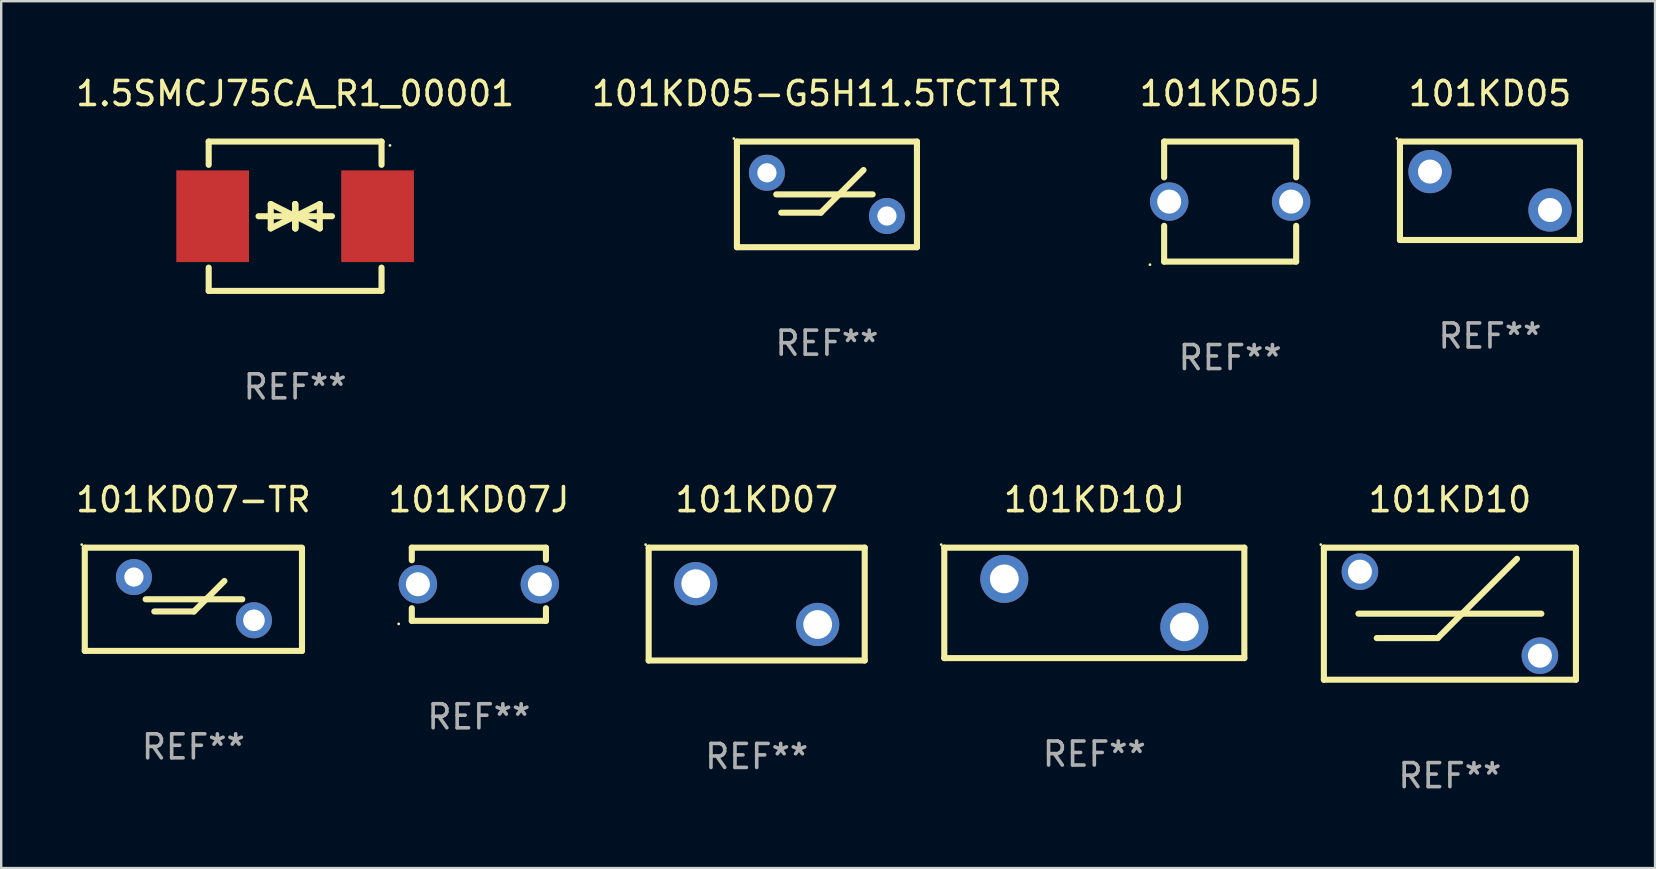
<source format=kicad_pcb>
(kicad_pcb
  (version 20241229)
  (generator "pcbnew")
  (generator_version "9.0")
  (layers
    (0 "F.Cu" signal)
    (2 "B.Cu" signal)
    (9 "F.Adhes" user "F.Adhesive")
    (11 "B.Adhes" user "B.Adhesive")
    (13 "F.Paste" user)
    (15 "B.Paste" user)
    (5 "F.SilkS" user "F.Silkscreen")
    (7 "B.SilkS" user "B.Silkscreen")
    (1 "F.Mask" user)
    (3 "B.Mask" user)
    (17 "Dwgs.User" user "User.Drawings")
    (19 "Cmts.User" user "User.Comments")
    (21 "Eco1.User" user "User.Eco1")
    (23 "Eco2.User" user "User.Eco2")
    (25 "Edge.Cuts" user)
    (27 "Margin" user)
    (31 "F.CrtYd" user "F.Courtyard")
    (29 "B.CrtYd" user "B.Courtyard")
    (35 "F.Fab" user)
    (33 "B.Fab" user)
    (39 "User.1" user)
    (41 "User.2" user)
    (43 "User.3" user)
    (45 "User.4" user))
  (footprint "101KD05J"
    (layer "F.Cu")
    (at 48.196 5.348)
    (property "Reference" "101KD05J" (at 0 -4.5 0) (layer "F.SilkS") (effects (font (size 1 1) (thickness 0.15))))
    (attr through_hole)
    (fp_line (start -2.75 -2.5) (end -2.75 -1.009) (stroke (width 0.254) (type solid)) (layer "F.SilkS"))
    (fp_line (start -2.75 -2.5) (end 2.75 -2.5) (stroke (width 0.254) (type solid)) (layer "F.SilkS"))
    (fp_line (start -2.75 1.009) (end -2.75 2.5) (stroke (width 0.254) (type solid)) (layer "F.SilkS"))
    (fp_line (start -2.75 2.5) (end 2.75 2.5) (stroke (width 0.254) (type solid)) (layer "F.SilkS"))
    (fp_line (start 2.75 -2.5) (end 2.75 -1.009) (stroke (width 0.254) (type solid)) (layer "F.SilkS"))
    (fp_line (start 2.75 1.009) (end 2.75 2.5) (stroke (width 0.254) (type solid)) (layer "F.SilkS"))
    (fp_circle (center -3.34 2.627) (end -3.31 2.627) (stroke (width 0.06) (type solid)) (fill no) (layer "F.SilkS"))
    (fp_text user "REF**" (at 0 6.5 0) (layer "F.Fab") (effects (font (size 1 1) (thickness 0.15))))
    (pad "1" thru_hole circle (at -2.54 0) (size 1.6 1.6) (drill 1) (layers "*.Cu" "*.Mask"))
    (pad "2" thru_hole circle (at 2.54 0) (size 1.6 1.6) (drill 1) (layers "*.Cu" "*.Mask")))
  (footprint "101KD05-G5H11.5TCT1TR"
    (layer "F.Cu")
    (at 31.399 5.048)
    (property "Reference" "101KD05-G5H11.5TCT1TR" (at 0 -4.2 0) (layer "F.SilkS") (effects (font (size 1 1) (thickness 0.15))))
    (attr through_hole)
    (fp_line (start -3.75 -2.2) (end 3.75 -2.2) (stroke (width 0.254) (type solid)) (layer "F.SilkS"))
    (fp_line (start -3.75 2.2) (end -3.75 -2.2) (stroke (width 0.254) (type solid)) (layer "F.SilkS"))
    (fp_line (start -2.113 0) (end 1.905 0) (stroke (width 0.254) (type solid)) (layer "F.SilkS"))
    (fp_line (start -1.905 0.762) (end -0.254 0.762) (stroke (width 0.254) (type solid)) (layer "F.SilkS"))
    (fp_line (start -0.254 0.762) (end 1.524 -1.016) (stroke (width 0.254) (type solid)) (layer "F.SilkS"))
    (fp_line (start 3.75 -2.2) (end 3.75 2.2) (stroke (width 0.254) (type solid)) (layer "F.SilkS"))
    (fp_line (start 3.75 2.2) (end -3.75 2.2) (stroke (width 0.254) (type solid)) (layer "F.SilkS"))
    (fp_circle (center -3.877 -2.327) (end -3.847 -2.327) (stroke (width 0.06) (type solid)) (fill no) (layer "F.SilkS"))
    (fp_text user "REF**" (at 0 6.2 0) (layer "F.Fab") (effects (font (size 1 1) (thickness 0.15))))
    (pad "1" thru_hole circle (at -2.5 -0.9) (size 1.5 1.5) (drill 0.8) (layers "*.Cu" "*.Mask"))
    (pad "2" thru_hole circle (at 2.5 0.9) (size 1.5 1.5) (drill 0.8) (layers "*.Cu" "*.Mask")))
  (footprint "1.5SMCJ75CA_R1_00001"
    (layer "F.Cu")
    (at 9.244 5.958)
    (property "Reference" "1.5SMCJ75CA_R1_00001" (at 0 -5.11 0) (layer "F.SilkS") (effects (font (size 1 1) (thickness 0.15))))
    (attr through_hole)
    (fp_line (start -3.6 -2.141) (end -3.6 -3.11) (stroke (width 0.254) (type solid)) (layer "F.SilkS"))
    (fp_line (start -3.6 3.11) (end -3.6 2.141) (stroke (width 0.254) (type solid)) (layer "F.SilkS"))
    (fp_line (start -1.524 0) (end 0.508 0) (stroke (width 0.254) (type solid)) (layer "F.SilkS"))
    (fp_line (start -1.016 -0.508) (end -1.016 0.508) (stroke (width 0.254) (type solid)) (layer "F.SilkS"))
    (fp_line (start -1.016 0.508) (end 0 0) (stroke (width 0.254) (type solid)) (layer "F.SilkS"))
    (fp_line (start 0 -0.508) (end 0 0.508) (stroke (width 0.254) (type solid)) (layer "F.SilkS"))
    (fp_line (start 0 0) (end -1.016 -0.508) (stroke (width 0.254) (type solid)) (layer "F.SilkS"))
    (fp_line (start 0 0) (end 0 -0.508) (stroke (width 0.254) (type solid)) (layer "F.SilkS"))
    (fp_line (start 0.012 0) (end 0.012 0.508) (stroke (width 0.254) (type solid)) (layer "F.SilkS"))
    (fp_line (start 0.012 0) (end 1.028 0.508) (stroke (width 0.254) (type solid)) (layer "F.SilkS"))
    (fp_line (start 0.012 0.508) (end 0.012 -0.508) (stroke (width 0.254) (type solid)) (layer "F.SilkS"))
    (fp_line (start 1.028 -0.508) (end 0.012 0) (stroke (width 0.254) (type solid)) (layer "F.SilkS"))
    (fp_line (start 1.028 0.508) (end 1.028 -0.508) (stroke (width 0.254) (type solid)) (layer "F.SilkS"))
    (fp_line (start 1.536 0) (end -0.496 0) (stroke (width 0.254) (type solid)) (layer "F.SilkS"))
    (fp_line (start 3.6 -3.11) (end -3.6 -3.11) (stroke (width 0.254) (type solid)) (layer "F.SilkS"))
    (fp_line (start 3.6 -2.141) (end 3.6 -3.11) (stroke (width 0.254) (type solid)) (layer "F.SilkS"))
    (fp_line (start 3.6 3.11) (end -3.6 3.11) (stroke (width 0.254) (type solid)) (layer "F.SilkS"))
    (fp_line (start 3.6 3.11) (end 3.6 2.141) (stroke (width 0.254) (type solid)) (layer "F.SilkS"))
    (fp_circle (center 3.952 -2.95) (end 3.982 -2.95) (stroke (width 0.06) (type solid)) (fill no) (layer "F.SilkS"))
    (fp_text user "REF**" (at 0 7.11 0) (layer "F.Fab") (effects (font (size 1 1) (thickness 0.15))))
    (pad "1" smd rect (at 3.435 0) (size 3.03 3.82) (layers "F.Cu" "F.Mask" "F.Paste"))
    (pad "2" smd rect (at -3.435 0) (size 3.03 3.82) (layers "F.Cu" "F.Mask" "F.Paste")))
  (footprint "101KD07"
    (layer "F.Cu")
    (at 28.473 22.115)
    (property "Reference" "101KD07" (at 0 -4.35 0) (layer "F.SilkS") (effects (font (size 1 1) (thickness 0.15))))
    (attr through_hole)
    (fp_line (start -4.5 -2.35) (end 4.5 -2.35) (stroke (width 0.254) (type solid)) (layer "F.SilkS"))
    (fp_line (start -4.5 2.35) (end -4.5 -2.35) (stroke (width 0.254) (type solid)) (layer "F.SilkS"))
    (fp_line (start 4.5 -2.35) (end 4.5 2.35) (stroke (width 0.254) (type solid)) (layer "F.SilkS"))
    (fp_line (start 4.5 2.35) (end -4.5 2.35) (stroke (width 0.254) (type solid)) (layer "F.SilkS"))
    (fp_circle (center -4.627 -2.477) (end -4.597 -2.477) (stroke (width 0.06) (type solid)) (fill no) (layer "F.SilkS"))
    (fp_text user "REF**" (at 0 6.35 0) (layer "F.Fab") (effects (font (size 1 1) (thickness 0.15))))
    (pad "1" thru_hole circle (at -2.54 -0.85) (size 1.8 1.8) (drill 1.2) (layers "*.Cu" "*.Mask"))
    (pad "2" thru_hole circle (at 2.54 0.85) (size 1.8 1.8) (drill 1.2) (layers "*.Cu" "*.Mask")))
  (footprint "101KD10"
    (layer "F.Cu")
    (at 57.351 22.515)
    (property "Reference" "101KD10" (at 0 -4.75 0) (layer "F.SilkS") (effects (font (size 1 1) (thickness 0.15))))
    (attr through_hole)
    (fp_line (start -5.25 -2.75) (end 5.25 -2.75) (stroke (width 0.254) (type solid)) (layer "F.SilkS"))
    (fp_line (start -5.25 2.75) (end -5.25 -2.75) (stroke (width 0.254) (type solid)) (layer "F.SilkS"))
    (fp_line (start -5.25 2.75) (end 5.25 2.75) (stroke (width 0.254) (type solid)) (layer "F.SilkS"))
    (fp_line (start -3.81 0) (end 3.81 0) (stroke (width 0.254) (type solid)) (layer "F.SilkS"))
    (fp_line (start -3.048 1.016) (end -0.508 1.016) (stroke (width 0.254) (type solid)) (layer "F.SilkS"))
    (fp_line (start -0.508 1.016) (end 2.794 -2.286) (stroke (width 0.254) (type solid)) (layer "F.SilkS"))
    (fp_line (start 5.25 -2.75) (end 5.25 2.75) (stroke (width 0.254) (type solid)) (layer "F.SilkS"))
    (fp_circle (center -5.377 -2.877) (end -5.347 -2.877) (stroke (width 0.06) (type solid)) (fill no) (layer "F.SilkS"))
    (fp_text user "REF**" (at 0 6.75 0) (layer "F.Fab") (effects (font (size 1 1) (thickness 0.15))))
    (pad "1" thru_hole circle (at -3.749 -1.75) (size 1.524 1.524) (drill 1) (layers "*.Cu" "*.Mask"))
    (pad "2" thru_hole circle (at 3.749 1.75) (size 1.524 1.524) (drill 1) (layers "*.Cu" "*.Mask")))
  (footprint "101KD07-TR"
    (layer "F.Cu")
    (at 5.006 21.915)
    (property "Reference" "101KD07-TR" (at 0 -4.15 0) (layer "F.SilkS") (effects (font (size 1 1) (thickness 0.15))))
    (attr through_hole)
    (fp_line (start -4.524 -2.15) (end -4.524 2.15) (stroke (width 0.254) (type solid)) (layer "F.SilkS"))
    (fp_line (start -4.524 -2.15) (end 4.469 -2.15) (stroke (width 0.254) (type solid)) (layer "F.SilkS"))
    (fp_line (start -4.524 2.15) (end 4.524 2.15) (stroke (width 0.254) (type solid)) (layer "F.SilkS"))
    (fp_line (start -1.989 0) (end 2.036 0) (stroke (width 0.254) (type solid)) (layer "F.SilkS"))
    (fp_line (start -1.628 0.508) (end 0.023 0.508) (stroke (width 0.254) (type solid)) (layer "F.SilkS"))
    (fp_line (start 0.023 0.508) (end 1.293 -0.762) (stroke (width 0.254) (type solid)) (layer "F.SilkS"))
    (fp_line (start 4.524 -2.15) (end 4.524 2.15) (stroke (width 0.254) (type solid)) (layer "F.SilkS"))
    (fp_circle (center -4.651 -2.277) (end -4.621 -2.277) (stroke (width 0.06) (type solid)) (fill no) (layer "F.SilkS"))
    (fp_text user "REF**" (at 0 6.15 0) (layer "F.Fab") (effects (font (size 1 1) (thickness 0.15))))
    (pad "1" thru_hole circle (at -2.477 -0.925) (size 1.5 1.5) (drill 0.8) (layers "*.Cu" "*.Mask"))
    (pad "2" thru_hole circle (at 2.523 0.875) (size 1.5 1.5) (drill 0.9) (layers "*.Cu" "*.Mask")))
  (footprint "101KD07J"
    (layer "F.Cu")
    (at 16.899 21.289)
    (property "Reference" "101KD07J" (at 0 -3.524 0) (layer "F.SilkS") (effects (font (size 1 1) (thickness 0.15))))
    (attr through_hole)
    (fp_line (start -2.794 -1.524) (end 2.794 -1.524) (stroke (width 0.254) (type solid)) (layer "F.SilkS"))
    (fp_line (start -2.794 -0.999) (end -2.794 -1.524) (stroke (width 0.254) (type solid)) (layer "F.SilkS"))
    (fp_line (start -2.794 0.999) (end -2.794 1.524) (stroke (width 0.254) (type solid)) (layer "F.SilkS"))
    (fp_line (start -2.794 1.524) (end 2.794 1.524) (stroke (width 0.254) (type solid)) (layer "F.SilkS"))
    (fp_line (start 2.794 -1.524) (end 2.794 -1.016) (stroke (width 0.254) (type solid)) (layer "F.SilkS"))
    (fp_line (start 2.794 1.524) (end 2.794 0.999) (stroke (width 0.254) (type solid)) (layer "F.SilkS"))
    (fp_circle (center -3.34 1.651) (end -3.31 1.651) (stroke (width 0.06) (type solid)) (fill no) (layer "F.SilkS"))
    (fp_text user "REF**" (at 0 5.524 0) (layer "F.Fab") (effects (font (size 1 1) (thickness 0.15))))
    (pad "1" thru_hole circle (at -2.54 0) (size 1.6 1.6) (drill 1) (layers "*.Cu" "*.Mask"))
    (pad "2" thru_hole circle (at 2.54 0) (size 1.6 1.6) (drill 1) (layers "*.Cu" "*.Mask")))
  (footprint "101KD10J"
    (layer "F.Cu")
    (at 42.537 22.065)
    (property "Reference" "101KD10J" (at 0 -4.3 0) (layer "F.SilkS") (effects (font (size 1 1) (thickness 0.15))))
    (attr through_hole)
    (fp_line (start -6.25 -2.3) (end -6.25 2.3) (stroke (width 0.254) (type solid)) (layer "F.SilkS"))
    (fp_line (start -6.25 -2.3) (end 6.25 -2.3) (stroke (width 0.254) (type solid)) (layer "F.SilkS"))
    (fp_line (start -6.25 2.3) (end 6.25 2.3) (stroke (width 0.254) (type solid)) (layer "F.SilkS"))
    (fp_line (start 6.25 -2.3) (end 6.25 2.3) (stroke (width 0.254) (type solid)) (layer "F.SilkS"))
    (fp_circle (center -6.377 -2.427) (end -6.347 -2.427) (stroke (width 0.06) (type solid)) (fill no) (layer "F.SilkS"))
    (fp_text user "REF**" (at 0 6.3 0) (layer "F.Fab") (effects (font (size 1 1) (thickness 0.15))))
    (pad "1" thru_hole circle (at -3.75 -1) (size 2 2) (drill 1.2) (layers "*.Cu" "*.Mask"))
    (pad "2" thru_hole circle (at 3.75 1) (size 2 2) (drill 1.2) (layers "*.Cu" "*.Mask")))
  (footprint "101KD05"
    (layer "F.Cu")
    (at 59.02 4.898)
    (property "Reference" "101KD05" (at 0 -4.05 0) (layer "F.SilkS") (effects (font (size 1 1) (thickness 0.15))))
    (attr through_hole)
    (fp_line (start -3.75 -2.05) (end -3.75 2.05) (stroke (width 0.254) (type solid)) (layer "F.SilkS"))
    (fp_line (start -3.75 -2.05) (end 3.75 -2.05) (stroke (width 0.254) (type solid)) (layer "F.SilkS"))
    (fp_line (start -3.75 2.05) (end 3.75 2.05) (stroke (width 0.254) (type solid)) (layer "F.SilkS"))
    (fp_line (start 3.75 -2.05) (end 3.75 2.05) (stroke (width 0.254) (type solid)) (layer "F.SilkS"))
    (fp_circle (center -3.877 -2.177) (end -3.847 -2.177) (stroke (width 0.06) (type solid)) (fill no) (layer "F.SilkS"))
    (fp_text user "REF**" (at 0 6.05 0) (layer "F.Fab") (effects (font (size 1 1) (thickness 0.15))))
    (pad "1" thru_hole circle (at -2.5 -0.8) (size 1.8 1.8) (drill 1) (layers "*.Cu" "*.Mask"))
    (pad "2" thru_hole circle (at 2.5 0.8) (size 1.8 1.8) (drill 1) (layers "*.Cu" "*.Mask")))
  (gr_rect
    (start -3 -3)
    (end 65.897 33.113)
    (stroke (width 0.1) (type default))
    (fill no)
    (layer "Edge.Cuts")))
</source>
